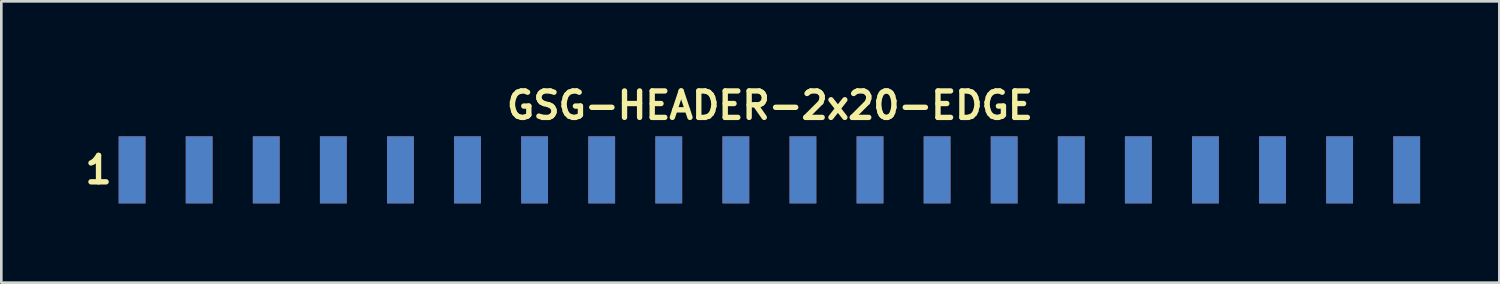
<source format=kicad_pcb>
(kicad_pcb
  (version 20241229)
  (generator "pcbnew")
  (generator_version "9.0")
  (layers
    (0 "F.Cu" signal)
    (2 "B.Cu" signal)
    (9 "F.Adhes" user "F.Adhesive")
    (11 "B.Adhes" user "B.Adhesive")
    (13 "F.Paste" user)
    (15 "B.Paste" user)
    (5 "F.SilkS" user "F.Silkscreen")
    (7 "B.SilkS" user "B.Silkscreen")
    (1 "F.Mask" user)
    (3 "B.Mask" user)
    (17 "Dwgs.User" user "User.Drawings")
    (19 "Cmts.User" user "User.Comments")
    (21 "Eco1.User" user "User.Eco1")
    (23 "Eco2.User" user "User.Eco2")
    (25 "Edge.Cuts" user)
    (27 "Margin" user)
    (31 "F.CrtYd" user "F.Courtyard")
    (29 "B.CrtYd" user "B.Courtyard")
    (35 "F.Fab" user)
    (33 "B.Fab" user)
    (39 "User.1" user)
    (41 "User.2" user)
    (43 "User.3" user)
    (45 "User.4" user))
  (footprint "GSG-HEADER-2x20-EDGE"
    (layer "F.Cu")
    (at 26.101 3.482)
    (property "Reference" "GSG-HEADER-2x20-EDGE" (at 0 -2.54 0) (layer "F.SilkS") (effects (font (size 1.001 1.001) (thickness 0.203))))
    (attr through_hole)
    (fp_text user "1" (at -25.42 -0.1 0) (layer "F.SilkS") (effects (font (size 1.001 1.001) (thickness 0.203))))
    (pad "1" smd rect (at -24.15 -0.1) (size 1.016 2.54) (layers "B.Cu" "B.Mask"))
    (pad "2" smd rect (at -24.15 -0.1) (size 1.016 2.54) (layers "F.Cu" "F.Mask"))
    (pad "3" smd rect (at -21.61 -0.1) (size 1.016 2.54) (layers "B.Cu" "B.Mask"))
    (pad "4" smd rect (at -21.61 -0.1) (size 1.016 2.54) (layers "F.Cu" "F.Mask"))
    (pad "5" smd rect (at -19.07 -0.1) (size 1.016 2.54) (layers "B.Cu" "B.Mask"))
    (pad "6" smd rect (at -19.07 -0.1) (size 1.016 2.54) (layers "F.Cu" "F.Mask"))
    (pad "7" smd rect (at -16.53 -0.1) (size 1.016 2.54) (layers "B.Cu" "B.Mask"))
    (pad "8" smd rect (at -16.53 -0.1) (size 1.016 2.54) (layers "F.Cu" "F.Mask"))
    (pad "9" smd rect (at -13.99 -0.1) (size 1.016 2.54) (layers "B.Cu" "B.Mask"))
    (pad "10" smd rect (at -13.99 -0.1) (size 1.016 2.54) (layers "F.Cu" "F.Mask"))
    (pad "11" smd rect (at -11.45 -0.1) (size 1.016 2.54) (layers "B.Cu" "B.Mask"))
    (pad "12" smd rect (at -11.45 -0.1) (size 1.016 2.54) (layers "F.Cu" "F.Mask"))
    (pad "13" smd rect (at -8.91 -0.1) (size 1.016 2.54) (layers "B.Cu" "B.Mask"))
    (pad "14" smd rect (at -8.91 -0.1) (size 1.016 2.54) (layers "F.Cu" "F.Mask"))
    (pad "15" smd rect (at -6.37 -0.1) (size 1.016 2.54) (layers "B.Cu" "B.Mask"))
    (pad "16" smd rect (at -6.37 -0.1) (size 1.016 2.54) (layers "F.Cu" "F.Mask"))
    (pad "17" smd rect (at -3.83 -0.1) (size 1.016 2.54) (layers "B.Cu" "B.Mask"))
    (pad "18" smd rect (at -3.83 -0.1) (size 1.016 2.54) (layers "F.Cu" "F.Mask"))
    (pad "19" smd rect (at -1.29 -0.1) (size 1.016 2.54) (layers "B.Cu" "B.Mask"))
    (pad "20" smd rect (at -1.29 -0.1) (size 1.016 2.54) (layers "F.Cu" "F.Mask"))
    (pad "21" smd rect (at 1.25 -0.1) (size 1.016 2.54) (layers "B.Cu" "B.Mask"))
    (pad "22" smd rect (at 1.25 -0.1) (size 1.016 2.54) (layers "F.Cu" "F.Mask"))
    (pad "23" smd rect (at 3.79 -0.1) (size 1.016 2.54) (layers "B.Cu" "B.Mask"))
    (pad "24" smd rect (at 3.79 -0.1) (size 1.016 2.54) (layers "F.Cu" "F.Mask"))
    (pad "25" smd rect (at 6.33 -0.1) (size 1.016 2.54) (layers "B.Cu" "B.Mask"))
    (pad "26" smd rect (at 6.33 -0.1) (size 1.016 2.54) (layers "F.Cu" "F.Mask"))
    (pad "27" smd rect (at 8.87 -0.1) (size 1.016 2.54) (layers "B.Cu" "B.Mask"))
    (pad "28" smd rect (at 8.87 -0.1) (size 1.016 2.54) (layers "F.Cu" "F.Mask"))
    (pad "29" smd rect (at 11.41 -0.1) (size 1.016 2.54) (layers "B.Cu" "B.Mask"))
    (pad "30" smd rect (at 11.41 -0.1) (size 1.016 2.54) (layers "F.Cu" "F.Mask"))
    (pad "31" smd rect (at 13.95 -0.1) (size 1.016 2.54) (layers "B.Cu" "B.Mask"))
    (pad "32" smd rect (at 13.95 -0.1) (size 1.016 2.54) (layers "F.Cu" "F.Mask"))
    (pad "33" smd rect (at 16.49 -0.1) (size 1.016 2.54) (layers "B.Cu" "B.Mask"))
    (pad "34" smd rect (at 16.49 -0.1) (size 1.016 2.54) (layers "F.Cu" "F.Mask"))
    (pad "35" smd rect (at 19.03 -0.1) (size 1.016 2.54) (layers "B.Cu" "B.Mask"))
    (pad "36" smd rect (at 19.03 -0.1) (size 1.016 2.54) (layers "F.Cu" "F.Mask"))
    (pad "37" smd rect (at 21.57 -0.1) (size 1.016 2.54) (layers "B.Cu" "B.Mask"))
    (pad "38" smd rect (at 21.57 -0.1) (size 1.016 2.54) (layers "F.Cu" "F.Mask"))
    (pad "39" smd rect (at 24.11 -0.1) (size 1.016 2.54) (layers "B.Cu" "B.Mask"))
    (pad "40" smd rect (at 24.11 -0.1) (size 1.016 2.54) (layers "F.Cu" "F.Mask")))
  (gr_rect
    (start -3 -3)
    (end 53.719 7.652)
    (stroke (width 0.1) (type default))
    (fill no)
    (layer "Edge.Cuts")))
</source>
